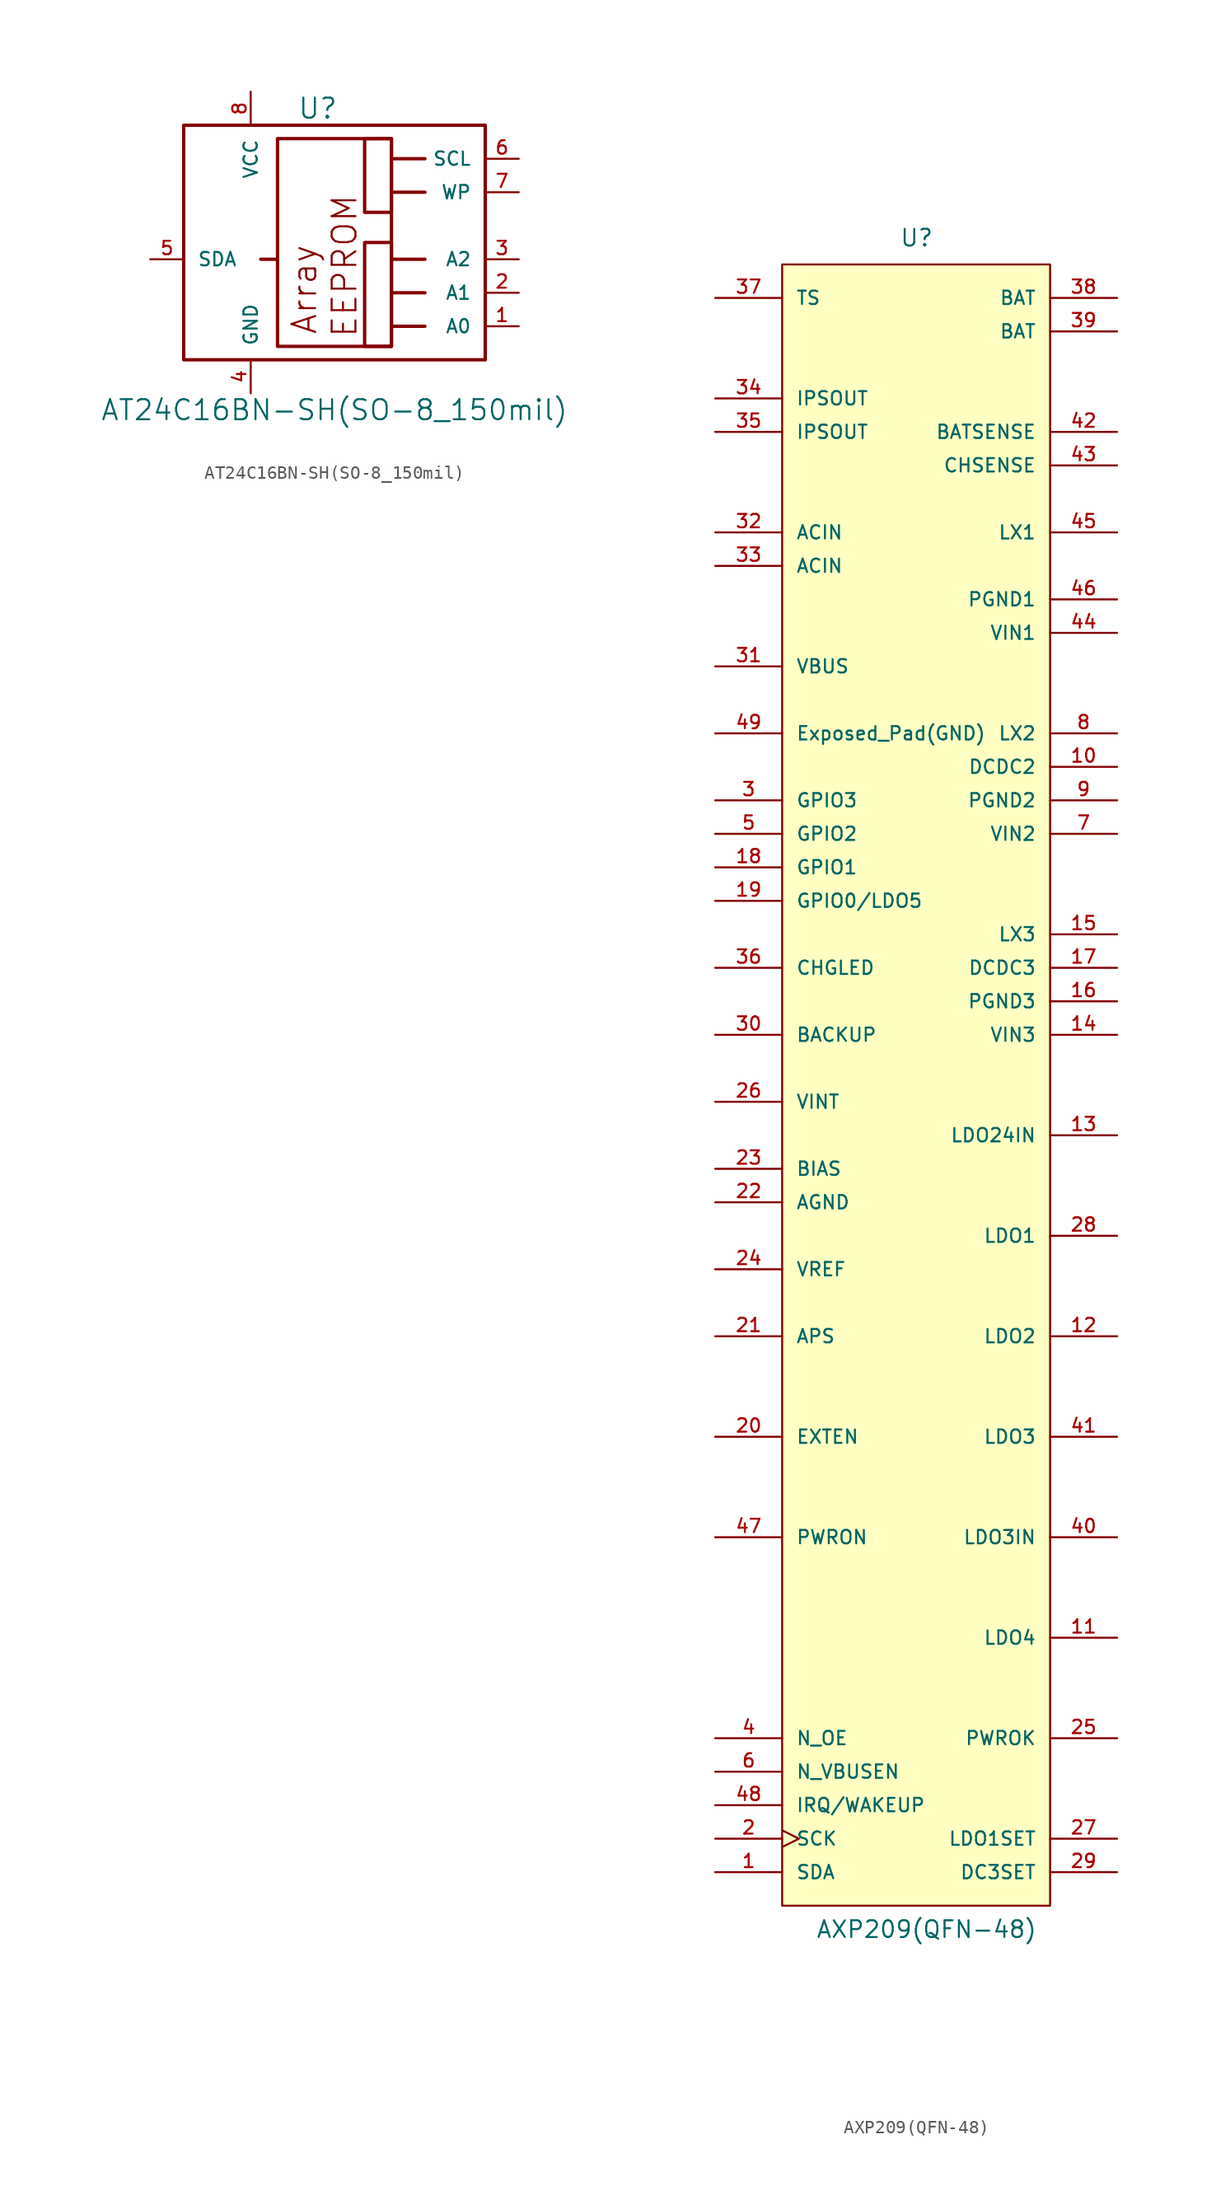
<source format=kicad_sym>
(kicad_symbol_lib
  (version 20231120)
  (generator "kicad_symbol_editor")
  (generator_version "8.0")
  (symbol "AT24C16BN-SH(SO-8_150mil)"
    (pin_names
      (offset 1.016))
    (property "Reference" "U"
      (at 0 8.89 0)
      (effects (font (size 1.524 1.524))))
    (property "Value" "AT24C16BN-SH(SO-8_150mil)"
      (at 1.27 -13.97 0)
      (effects (font (size 1.524 1.524))))
    (property "Footprint" ""
      (at -10.16 -10.16 0)
      (effects (font (size 1.524 1.524))))
    (property "Datasheet" ""
      (at -10.16 -10.16 0)
      (effects (font (size 1.524 1.524))))
    (symbol "AT24C16BN-SH(SO-8_150mil)_0_0"
      (polyline (pts (xy -3.048 -2.54) (xy -4.318 -2.54)) (stroke (width 0.254) (type solid)) (fill (type none)))
      (polyline (pts (xy 5.588 -7.62) (xy 8.128 -7.62)) (stroke (width 0.254) (type solid)) (fill (type none)))
      (polyline (pts (xy 5.588 -5.08) (xy 8.128 -5.08)) (stroke (width 0.254) (type solid)) (fill (type none)))
      (polyline (pts (xy 5.588 -2.54) (xy 8.128 -2.54)) (stroke (width 0.254) (type solid)) (fill (type none)))
      (polyline (pts (xy 5.588 2.54) (xy 8.128 2.54)) (stroke (width 0.254) (type solid)) (fill (type none)))
      (polyline (pts (xy 5.588 5.08) (xy 8.128 5.08)) (stroke (width 0.254) (type solid)) (fill (type none)))
      (rectangle (start 3.556 6.604) (end 5.588 1.016) (stroke (width 0.254) (type solid)) (fill (type none)))
      (rectangle (start 5.588 -1.27) (end 3.556 -9.144) (stroke (width 0.254) (type solid)) (fill (type none)))
      (text "Array" (at -1.016 -4.826 900) (effects (font (size 1.803 1.803))))
      (text "EEPROM" (at 2.032 -3.048 900) (effects (font (size 1.803 1.803)))))
    (symbol "AT24C16BN-SH(SO-8_150mil)_1_0"
      (rectangle (start -10.16 -10.16) (end 12.7 7.62) (stroke (width 0.254) (type solid)) (fill (type none)))
      (rectangle (start -3.048 6.604) (end 5.588 -9.144) (stroke (width 0.254) (type solid)) (fill (type none))))
    (symbol "AT24C16BN-SH(SO-8_150mil)_1_1"
      (pin input line (at 15.24 -7.62 180) (length 2.54) (name "A0" (effects (font (size 1.016 1.016)))) (number "1" (effects (font (size 1.016 1.016)))))
      (pin input line (at 15.24 -5.08 180) (length 2.54) (name "A1" (effects (font (size 1.016 1.016)))) (number "2" (effects (font (size 1.016 1.016)))))
      (pin input line (at 15.24 -2.54 180) (length 2.54) (name "A2" (effects (font (size 1.016 1.016)))) (number "3" (effects (font (size 1.016 1.016)))))
      (pin power_in line (at -5.08 -12.7 90) (length 2.54) (name "GND" (effects (font (size 1.016 1.016)))) (number "4" (effects (font (size 1.016 1.016)))))
      (pin bidirectional line (at -12.7 -2.54 0) (length 2.54) (name "SDA" (effects (font (size 1.016 1.016)))) (number "5" (effects (font (size 1.016 1.016)))))
      (pin input line (at 15.24 5.08 180) (length 2.54) (name "SCL" (effects (font (size 1.016 1.016)))) (number "6" (effects (font (size 1.016 1.016)))))
      (pin input line (at 15.24 2.54 180) (length 2.54) (name "WP" (effects (font (size 1.016 1.016)))) (number "7" (effects (font (size 1.016 1.016)))))
      (pin power_in line (at -5.08 10.16 270) (length 2.54) (name "VCC" (effects (font (size 1.016 1.016)))) (number "8" (effects (font (size 1.016 1.016)))))))
  (symbol "AXP209(QFN-48)"
    (pin_names
      (offset 1.016))
    (property "Reference" "U"
      (at -1.27 62.23 0)
      (effects (font (size 1.27 1.27)) (justify left bottom)))
    (property "Value" "AXP209(QFN-48)"
      (at -7.62 -66.04 0)
      (effects (font (size 1.27 1.27)) (justify left bottom)))
    (symbol "AXP209(QFN-48)_1_1"
      (rectangle (start 10.16 -63.5) (end -10.16 60.96) (stroke (width 0) (type solid)) (fill (type background)))
      (pin bidirectional line (at -15.24 -60.96 0) (length 5.08) (name "SDA" (effects (font (size 1.016 1.016)))) (number "1" (effects (font (size 1.016 1.016)))))
      (pin input line (at 15.24 22.86 180) (length 5.08) (name "DCDC2" (effects (font (size 1.016 1.016)))) (number "10" (effects (font (size 1.016 1.016)))))
      (pin power_out line (at 15.24 -43.18 180) (length 5.08) (name "LDO4" (effects (font (size 1.016 1.016)))) (number "11" (effects (font (size 1.016 1.016)))))
      (pin power_out line (at 15.24 -20.32 180) (length 5.08) (name "LDO2" (effects (font (size 1.016 1.016)))) (number "12" (effects (font (size 1.016 1.016)))))
      (pin power_in line (at 15.24 -5.08 180) (length 5.08) (name "LDO24IN" (effects (font (size 1.016 1.016)))) (number "13" (effects (font (size 1.016 1.016)))))
      (pin power_in line (at 15.24 2.54 180) (length 5.08) (name "VIN3" (effects (font (size 1.016 1.016)))) (number "14" (effects (font (size 1.016 1.016)))))
      (pin bidirectional line (at 15.24 10.16 180) (length 5.08) (name "LX3" (effects (font (size 1.016 1.016)))) (number "15" (effects (font (size 1.016 1.016)))))
      (pin power_in line (at 15.24 5.08 180) (length 5.08) (name "PGND3" (effects (font (size 1.016 1.016)))) (number "16" (effects (font (size 1.016 1.016)))))
      (pin input line (at 15.24 7.62 180) (length 5.08) (name "DCDC3" (effects (font (size 1.016 1.016)))) (number "17" (effects (font (size 1.016 1.016)))))
      (pin bidirectional line (at -15.24 15.24 0) (length 5.08) (name "GPIO1" (effects (font (size 1.016 1.016)))) (number "18" (effects (font (size 1.016 1.016)))))
      (pin bidirectional line (at -15.24 12.7 0) (length 5.08) (name "GPIO0/LDO5" (effects (font (size 1.016 1.016)))) (number "19" (effects (font (size 1.016 1.016)))))
      (pin input clock (at -15.24 -58.42 0) (length 5.08) (name "SCK" (effects (font (size 1.016 1.016)))) (number "2" (effects (font (size 1.016 1.016)))))
      (pin output line (at -15.24 -27.94 0) (length 5.08) (name "EXTEN" (effects (font (size 1.016 1.016)))) (number "20" (effects (font (size 1.016 1.016)))))
      (pin power_in line (at -15.24 -20.32 0) (length 5.08) (name "APS" (effects (font (size 1.016 1.016)))) (number "21" (effects (font (size 1.016 1.016)))))
      (pin power_in line (at -15.24 -10.16 0) (length 5.08) (name "AGND" (effects (font (size 1.016 1.016)))) (number "22" (effects (font (size 1.016 1.016)))))
      (pin passive line (at -15.24 -7.62 0) (length 5.08) (name "BIAS" (effects (font (size 1.016 1.016)))) (number "23" (effects (font (size 1.016 1.016)))))
      (pin output line (at -15.24 -15.24 0) (length 5.08) (name "VREF" (effects (font (size 1.016 1.016)))) (number "24" (effects (font (size 1.016 1.016)))))
      (pin output line (at 15.24 -50.8 180) (length 5.08) (name "PWROK" (effects (font (size 1.016 1.016)))) (number "25" (effects (font (size 1.016 1.016)))))
      (pin power_in line (at -15.24 -2.54 0) (length 5.08) (name "VINT" (effects (font (size 1.016 1.016)))) (number "26" (effects (font (size 1.016 1.016)))))
      (pin input line (at 15.24 -58.42 180) (length 5.08) (name "LDO1SET" (effects (font (size 1.016 1.016)))) (number "27" (effects (font (size 1.016 1.016)))))
      (pin power_out line (at 15.24 -12.7 180) (length 5.08) (name "LDO1" (effects (font (size 1.016 1.016)))) (number "28" (effects (font (size 1.016 1.016)))))
      (pin input line (at 15.24 -60.96 180) (length 5.08) (name "DC3SET" (effects (font (size 1.016 1.016)))) (number "29" (effects (font (size 1.016 1.016)))))
      (pin bidirectional line (at -15.24 20.32 0) (length 5.08) (name "GPIO3" (effects (font (size 1.016 1.016)))) (number "3" (effects (font (size 1.016 1.016)))))
      (pin bidirectional line (at -15.24 2.54 0) (length 5.08) (name "BACKUP" (effects (font (size 1.016 1.016)))) (number "30" (effects (font (size 1.016 1.016)))))
      (pin power_in line (at -15.24 30.48 0) (length 5.08) (name "VBUS" (effects (font (size 1.016 1.016)))) (number "31" (effects (font (size 1.016 1.016)))))
      (pin power_in line (at -15.24 40.64 0) (length 5.08) (name "ACIN" (effects (font (size 1.016 1.016)))) (number "32" (effects (font (size 1.016 1.016)))))
      (pin power_in line (at -15.24 38.1 0) (length 5.08) (name "ACIN" (effects (font (size 1.016 1.016)))) (number "33" (effects (font (size 1.016 1.016)))))
      (pin power_out line (at -15.24 50.8 0) (length 5.08) (name "IPSOUT" (effects (font (size 1.016 1.016)))) (number "34" (effects (font (size 1.016 1.016)))))
      (pin power_out line (at -15.24 48.26 0) (length 5.08) (name "IPSOUT" (effects (font (size 1.016 1.016)))) (number "35" (effects (font (size 1.016 1.016)))))
      (pin output line (at -15.24 7.62 0) (length 5.08) (name "CHGLED" (effects (font (size 1.016 1.016)))) (number "36" (effects (font (size 1.016 1.016)))))
      (pin input line (at -15.24 58.42 0) (length 5.08) (name "TS" (effects (font (size 1.016 1.016)))) (number "37" (effects (font (size 1.016 1.016)))))
      (pin power_in line (at 15.24 58.42 180) (length 5.08) (name "BAT" (effects (font (size 1.016 1.016)))) (number "38" (effects (font (size 1.016 1.016)))))
      (pin power_in line (at 15.24 55.88 180) (length 5.08) (name "BAT" (effects (font (size 1.016 1.016)))) (number "39" (effects (font (size 1.016 1.016)))))
      (pin input line (at -15.24 -50.8 0) (length 5.08) (name "N_OE" (effects (font (size 1.016 1.016)))) (number "4" (effects (font (size 1.016 1.016)))))
      (pin power_in line (at 15.24 -35.56 180) (length 5.08) (name "LDO3IN" (effects (font (size 1.016 1.016)))) (number "40" (effects (font (size 1.016 1.016)))))
      (pin power_out line (at 15.24 -27.94 180) (length 5.08) (name "LDO3" (effects (font (size 1.016 1.016)))) (number "41" (effects (font (size 1.016 1.016)))))
      (pin input line (at 15.24 48.26 180) (length 5.08) (name "BATSENSE" (effects (font (size 1.016 1.016)))) (number "42" (effects (font (size 1.016 1.016)))))
      (pin output line (at 15.24 45.72 180) (length 5.08) (name "CHSENSE" (effects (font (size 1.016 1.016)))) (number "43" (effects (font (size 1.016 1.016)))))
      (pin power_in line (at 15.24 33.02 180) (length 5.08) (name "VIN1" (effects (font (size 1.016 1.016)))) (number "44" (effects (font (size 1.016 1.016)))))
      (pin bidirectional line (at 15.24 40.64 180) (length 5.08) (name "LX1" (effects (font (size 1.016 1.016)))) (number "45" (effects (font (size 1.016 1.016)))))
      (pin power_in line (at 15.24 35.56 180) (length 5.08) (name "PGND1" (effects (font (size 1.016 1.016)))) (number "46" (effects (font (size 1.016 1.016)))))
      (pin input line (at -15.24 -35.56 0) (length 5.08) (name "PWRON" (effects (font (size 1.016 1.016)))) (number "47" (effects (font (size 1.016 1.016)))))
      (pin bidirectional line (at -15.24 -55.88 0) (length 5.08) (name "IRQ/WAKEUP" (effects (font (size 1.016 1.016)))) (number "48" (effects (font (size 1.016 1.016)))))
      (pin power_in line (at -15.24 25.4 0) (length 5.08) (name "Exposed_Pad(GND)" (effects (font (size 1.016 1.016)))) (number "49" (effects (font (size 1.016 1.016)))))
      (pin bidirectional line (at -15.24 17.78 0) (length 5.08) (name "GPIO2" (effects (font (size 1.016 1.016)))) (number "5" (effects (font (size 1.016 1.016)))))
      (pin input line (at -15.24 -53.34 0) (length 5.08) (name "N_VBUSEN" (effects (font (size 1.016 1.016)))) (number "6" (effects (font (size 1.016 1.016)))))
      (pin power_in line (at 15.24 17.78 180) (length 5.08) (name "VIN2" (effects (font (size 1.016 1.016)))) (number "7" (effects (font (size 1.016 1.016)))))
      (pin bidirectional line (at 15.24 25.4 180) (length 5.08) (name "LX2" (effects (font (size 1.016 1.016)))) (number "8" (effects (font (size 1.016 1.016)))))
      (pin power_in line (at 15.24 20.32 180) (length 5.08) (name "PGND2" (effects (font (size 1.016 1.016)))) (number "9" (effects (font (size 1.016 1.016))))))))
</source>
